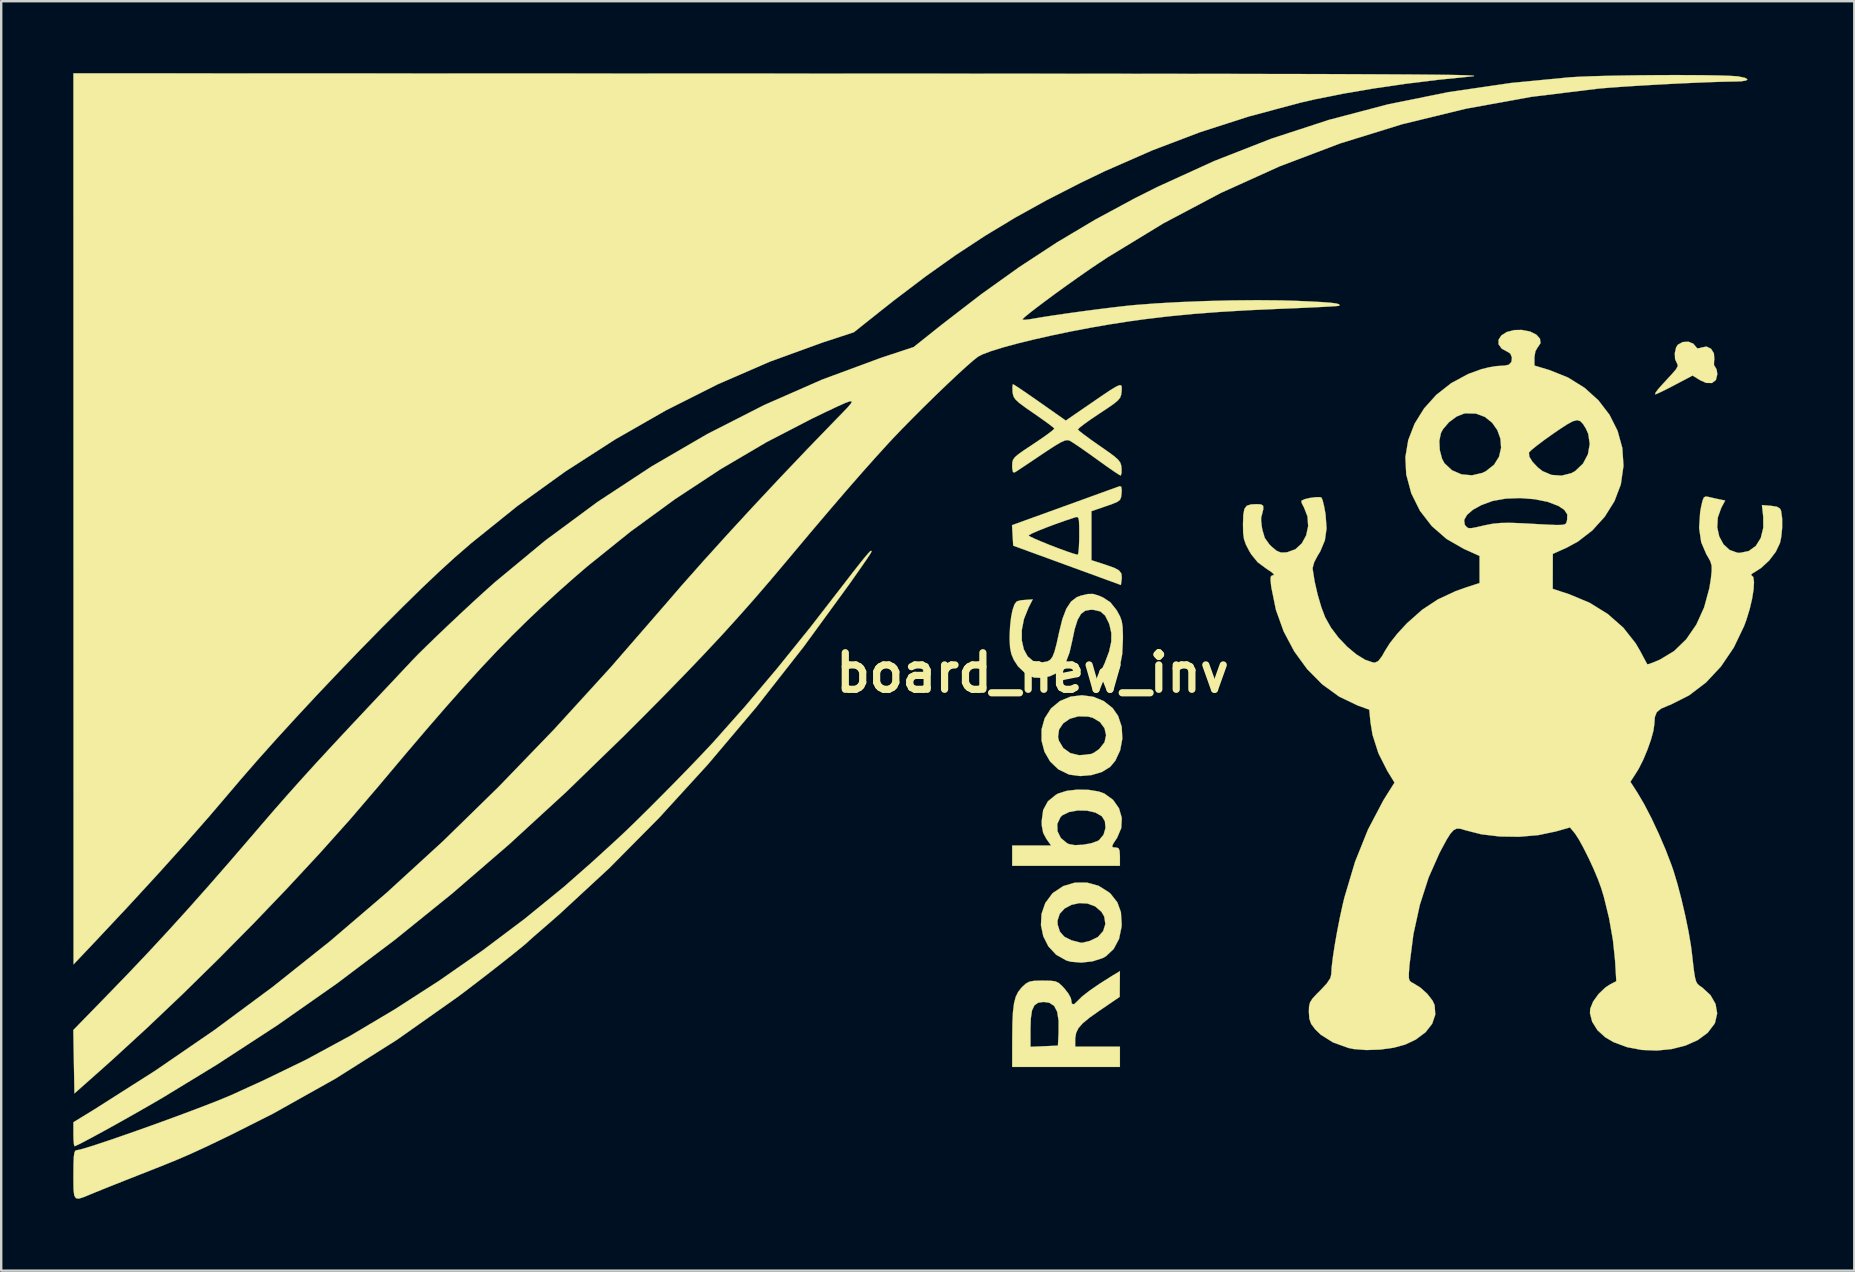
<source format=kicad_pcb>
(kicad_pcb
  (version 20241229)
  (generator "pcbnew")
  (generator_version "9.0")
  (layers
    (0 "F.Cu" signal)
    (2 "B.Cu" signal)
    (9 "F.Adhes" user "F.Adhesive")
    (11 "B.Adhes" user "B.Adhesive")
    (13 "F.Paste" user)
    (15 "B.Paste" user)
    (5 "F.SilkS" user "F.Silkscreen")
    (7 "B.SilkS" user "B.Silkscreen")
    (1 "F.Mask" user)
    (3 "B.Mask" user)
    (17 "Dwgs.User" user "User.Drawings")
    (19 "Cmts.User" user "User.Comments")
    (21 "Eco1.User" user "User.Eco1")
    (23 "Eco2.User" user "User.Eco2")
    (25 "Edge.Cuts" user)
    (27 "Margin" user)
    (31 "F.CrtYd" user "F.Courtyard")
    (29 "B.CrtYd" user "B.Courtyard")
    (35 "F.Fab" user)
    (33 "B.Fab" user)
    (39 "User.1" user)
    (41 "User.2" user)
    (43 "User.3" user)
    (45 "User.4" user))
  (footprint "board_new_inv"
    (layer "F.Cu")
    (at 39.972 24.982)
    (property "Reference" "board_new_inv" (at 0 0 0) (layer "F.SilkS") (effects (font (size 1.524 1.524) (thickness 0.3))))
    (attr through_hole)
    (fp_poly (pts (xy 27.533 -13.712) (xy 27.602 -13.63) (xy 27.703 -13.513) (xy 27.841 -13.539) (xy 27.859 -13.549) (xy 28.082 -13.592) (xy 28.271 -13.501) (xy 28.391 -13.31) (xy 28.41 -13.053) (xy 28.399 -12.999) (xy 28.394 -12.826) (xy 28.441 -12.747) (xy 28.507 -12.629) (xy 28.533 -12.439) (xy 28.473 -12.196) (xy 28.31 -12.073) (xy 28.068 -12.078) (xy 27.812 -12.193) (xy 27.503 -12.384) (xy 26.759 -11.992) (xy 26.437 -11.825) (xy 26.17 -11.694) (xy 25.994 -11.615) (xy 25.947 -11.599) (xy 25.951 -11.654) (xy 26.046 -11.79) (xy 26.082 -11.832) (xy 26.258 -12.03) (xy 26.487 -12.279) (xy 26.622 -12.424) (xy 26.812 -12.644) (xy 26.888 -12.784) (xy 26.866 -12.876) (xy 26.857 -12.886) (xy 26.773 -13.068) (xy 26.762 -13.32) (xy 26.818 -13.56) (xy 26.888 -13.668) (xy 27.092 -13.78) (xy 27.33 -13.794) (xy 27.533 -13.712)) (stroke (width 0.01) (type solid)) (fill yes) (layer "F.SilkS"))
    (fp_poly (pts (xy 2.533 1) (xy 2.97 1.18) (xy 3.339 1.472) (xy 3.567 1.799) (xy 3.717 2.253) (xy 3.742 2.748) (xy 3.651 3.234) (xy 3.45 3.665) (xy 3.232 3.924) (xy 2.894 4.133) (xy 2.46 4.263) (xy 1.991 4.304) (xy 1.544 4.245) (xy 1.506 4.234) (xy 1.072 4.022) (xy 0.733 3.697) (xy 0.498 3.29) (xy 0.377 2.833) (xy 0.377 2.672) (xy 1.064 2.672) (xy 1.098 2.828) (xy 1.282 3.137) (xy 1.576 3.347) (xy 1.935 3.435) (xy 2.159 3.42) (xy 2.349 3.393) (xy 2.428 3.388) (xy 2.551 3.336) (xy 2.735 3.21) (xy 2.788 3.167) (xy 2.999 2.899) (xy 3.065 2.602) (xy 2.999 2.31) (xy 2.812 2.057) (xy 2.516 1.879) (xy 2.319 1.826) (xy 1.91 1.816) (xy 1.555 1.917) (xy 1.278 2.108) (xy 1.106 2.366) (xy 1.064 2.672) (xy 0.377 2.672) (xy 0.377 2.358) (xy 0.507 1.897) (xy 0.77 1.486) (xy 1.144 1.176) (xy 1.585 0.994) (xy 2.06 0.937) (xy 2.533 1)) (stroke (width 0.01) (type solid)) (fill yes) (layer "F.SilkS"))
    (fp_poly (pts (xy 2.752 8.876) (xy 3.185 9.148) (xy 3.261 9.218) (xy 3.536 9.569) (xy 3.683 9.975) (xy 3.715 10.474) (xy 3.709 10.585) (xy 3.605 11.089) (xy 3.383 11.507) (xy 3.059 11.813) (xy 2.923 11.889) (xy 2.507 12.023) (xy 2.041 12.076) (xy 1.6 12.041) (xy 1.41 11.989) (xy 0.984 11.748) (xy 0.661 11.401) (xy 0.448 10.979) (xy 0.351 10.517) (xy 0.361 10.326) (xy 1.041 10.326) (xy 1.048 10.494) (xy 1.14 10.785) (xy 1.322 10.996) (xy 1.622 11.147) (xy 2.032 11.252) (xy 2.133 11.236) (xy 2.331 11.188) (xy 2.388 11.173) (xy 2.721 11.012) (xy 2.942 10.765) (xy 3.035 10.469) (xy 2.988 10.157) (xy 2.874 9.962) (xy 2.611 9.734) (xy 2.292 9.616) (xy 1.952 9.598) (xy 1.623 9.67) (xy 1.339 9.821) (xy 1.134 10.043) (xy 1.041 10.326) (xy 0.361 10.326) (xy 0.376 10.045) (xy 0.53 9.597) (xy 0.819 9.206) (xy 0.858 9.169) (xy 1.282 8.888) (xy 1.763 8.745) (xy 2.266 8.742) (xy 2.752 8.876)) (stroke (width 0.01) (type solid)) (fill yes) (layer "F.SilkS"))
    (fp_poly (pts (xy 2.334 4.878) (xy 2.756 4.947) (xy 2.99 5.03) (xy 3.356 5.294) (xy 3.603 5.646) (xy 3.72 6.05) (xy 3.697 6.472) (xy 3.526 6.874) (xy 3.514 6.892) (xy 3.368 7.113) (xy 3.316 7.229) (xy 3.354 7.274) (xy 3.471 7.281) (xy 3.577 7.306) (xy 3.627 7.41) (xy 3.641 7.635) (xy 3.641 7.662) (xy 3.641 8.043) (xy -0.847 8.043) (xy -0.847 7.197) (xy 0.774 7.197) (xy 0.577 6.921) (xy 0.444 6.672) (xy 0.387 6.373) (xy 0.385 6.298) (xy 1.032 6.298) (xy 1.041 6.603) (xy 1.179 6.885) (xy 1.435 7.099) (xy 1.524 7.141) (xy 1.767 7.182) (xy 2.094 7.167) (xy 2.43 7.108) (xy 2.703 7.013) (xy 2.776 6.969) (xy 2.959 6.747) (xy 3.041 6.466) (xy 3.015 6.185) (xy 2.885 5.975) (xy 2.618 5.824) (xy 2.267 5.745) (xy 1.886 5.738) (xy 1.53 5.801) (xy 1.251 5.933) (xy 1.167 6.013) (xy 1.032 6.298) (xy 0.385 6.298) (xy 0.381 6.181) (xy 0.444 5.718) (xy 0.64 5.357) (xy 0.977 5.082) (xy 1.078 5.028) (xy 1.428 4.919) (xy 1.869 4.869) (xy 2.334 4.878)) (stroke (width 0.01) (type solid)) (fill yes) (layer "F.SilkS"))
    (fp_poly (pts (xy 3.697 -7.753) (xy 3.717 -7.608) (xy 3.71 -7.483) (xy 3.69 -7.315) (xy 3.642 -7.203) (xy 3.529 -7.118) (xy 3.318 -7.031) (xy 3.069 -6.944) (xy 2.455 -6.733) (xy 2.455 -4.69) (xy 3.053 -4.497) (xy 3.396 -4.376) (xy 3.603 -4.265) (xy 3.701 -4.136) (xy 3.72 -3.963) (xy 3.71 -3.868) (xy 3.683 -3.657) (xy 1.439 -4.477) (xy -0.804 -5.296) (xy -0.829 -5.721) (xy -0.162 -5.721) (xy -0.093 -5.672) (xy 0.099 -5.581) (xy 0.38 -5.461) (xy 0.712 -5.326) (xy 1.062 -5.191) (xy 1.392 -5.07) (xy 1.667 -4.976) (xy 1.851 -4.923) (xy 1.884 -4.918) (xy 1.911 -4.993) (xy 1.932 -5.202) (xy 1.945 -5.507) (xy 1.947 -5.721) (xy 1.946 -6.094) (xy 1.936 -6.328) (xy 1.911 -6.45) (xy 1.864 -6.491) (xy 1.788 -6.48) (xy 1.764 -6.473) (xy 1.371 -6.342) (xy 0.964 -6.198) (xy 0.577 -6.053) (xy 0.242 -5.92) (xy -0.01 -5.81) (xy -0.147 -5.737) (xy -0.162 -5.721) (xy -0.829 -5.721) (xy -0.854 -6.15) (xy 1.33 -6.94) (xy 1.908 -7.149) (xy 2.437 -7.341) (xy 2.894 -7.507) (xy 3.259 -7.639) (xy 3.51 -7.729) (xy 3.624 -7.771) (xy 3.625 -7.771) (xy 3.697 -7.753)) (stroke (width 0.01) (type solid)) (fill yes) (layer "F.SilkS"))
    (fp_poly (pts (xy 3.637 12.968) (xy 3.633 13.504) (xy 2.786 14.081) (xy 2.377 14.37) (xy 2.094 14.603) (xy 1.914 14.806) (xy 1.817 15.007) (xy 1.78 15.231) (xy 1.778 15.33) (xy 1.778 15.579) (xy 3.641 15.579) (xy 3.641 16.425) (xy -0.847 16.425) (xy -0.845 15.219) (xy -0.84 14.839) (xy -0.085 14.839) (xy -0.085 15.586) (xy 1.058 15.536) (xy 1.085 15.028) (xy 1.087 14.505) (xy 1.028 14.127) (xy 0.9 13.879) (xy 0.696 13.748) (xy 0.464 13.716) (xy 0.235 13.748) (xy 0.077 13.86) (xy -0.022 14.074) (xy -0.072 14.412) (xy -0.085 14.839) (xy -0.84 14.839) (xy -0.838 14.606) (xy -0.815 14.135) (xy -0.771 13.778) (xy -0.702 13.509) (xy -0.601 13.3) (xy -0.463 13.125) (xy -0.428 13.088) (xy -0.275 12.95) (xy -0.13 12.871) (xy 0.064 12.836) (xy 0.361 12.827) (xy 0.431 12.827) (xy 0.748 12.832) (xy 0.952 12.858) (xy 1.097 12.928) (xy 1.24 13.059) (xy 1.319 13.143) (xy 1.488 13.357) (xy 1.592 13.546) (xy 1.609 13.616) (xy 1.64 13.793) (xy 1.731 13.813) (xy 1.878 13.674) (xy 1.882 13.669) (xy 2.068 13.486) (xy 2.381 13.243) (xy 2.795 12.957) (xy 3.286 12.647) (xy 3.323 12.624) (xy 3.641 12.432) (xy 3.637 12.968)) (stroke (width 0.01) (type solid)) (fill yes) (layer "F.SilkS"))
    (fp_poly (pts (xy -10.223 -24.967) (xy -7.531 -24.966) (xy -5.004 -24.965) (xy -2.636 -24.964) (xy -0.424 -24.962) (xy 1.637 -24.961) (xy 3.553 -24.959) (xy 5.327 -24.957) (xy 6.964 -24.955) (xy 8.469 -24.953) (xy 9.847 -24.95) (xy 11.103 -24.948) (xy 12.24 -24.945) (xy 13.264 -24.941) (xy 14.179 -24.937) (xy 14.99 -24.933) (xy 15.701 -24.929) (xy 16.318 -24.924) (xy 16.845 -24.919) (xy 17.286 -24.913) (xy 17.647 -24.907) (xy 17.931 -24.9) (xy 18.144 -24.893) (xy 18.291 -24.885) (xy 18.375 -24.877) (xy 18.402 -24.868) (xy 18.376 -24.859) (xy 18.301 -24.849) (xy 18.246 -24.844) (xy 16.878 -24.705) (xy 15.512 -24.536) (xy 14.185 -24.341) (xy 12.933 -24.127) (xy 11.791 -23.899) (xy 11.129 -23.746) (xy 9.004 -23.176) (xy 6.977 -22.523) (xy 4.995 -21.77) (xy 3.007 -20.898) (xy 1.99 -20.408) (xy 0.586 -19.69) (xy -0.723 -18.965) (xy -1.974 -18.21) (xy -3.205 -17.402) (xy -4.451 -16.518) (xy -5.75 -15.533) (xy -6.326 -15.079) (xy -7.445 -14.188) (xy -8.781 -13.75) (xy -10.937 -12.966) (xy -13.102 -12.027) (xy -15.258 -10.943) (xy -17.384 -9.727) (xy -19.462 -8.39) (xy -21.471 -6.943) (xy -23.393 -5.396) (xy -24.087 -4.794) (xy -24.724 -4.213) (xy -25.452 -3.522) (xy -26.252 -2.739) (xy -27.105 -1.886) (xy -27.993 -0.98) (xy -28.896 -0.042) (xy -29.798 0.909) (xy -30.678 1.855) (xy -31.519 2.775) (xy -32.301 3.65) (xy -33.006 4.46) (xy -33.316 4.826) (xy -34.28 5.956) (xy -35.328 7.15) (xy -36.471 8.418) (xy -37.718 9.773) (xy -39.08 11.225) (xy -39.346 11.506) (xy -39.957 12.15) (xy -39.96 -6.413) (xy -39.963 -24.977) (xy -10.223 -24.967)) (stroke (width 0.01) (type solid)) (fill yes) (layer "F.SilkS"))
    (fp_poly (pts (xy 2.749 -3.218) (xy 2.934 -3.139) (xy 3.242 -2.938) (xy 3.494 -2.622) (xy 3.527 -2.569) (xy 3.645 -2.351) (xy 3.717 -2.153) (xy 3.753 -1.921) (xy 3.766 -1.601) (xy 3.767 -1.397) (xy 3.737 -0.775) (xy 3.643 -0.287) (xy 3.612 -0.191) (xy 3.458 0.254) (xy 3.076 0.254) (xy 2.857 0.242) (xy 2.736 0.21) (xy 2.728 0.191) (xy 3.008 -0.4) (xy 3.191 -0.885) (xy 3.281 -1.294) (xy 3.284 -1.656) (xy 3.206 -2) (xy 3.179 -2.075) (xy 3.025 -2.383) (xy 2.828 -2.555) (xy 2.545 -2.621) (xy 2.417 -2.625) (xy 2.195 -2.584) (xy 2.019 -2.45) (xy 1.877 -2.202) (xy 1.757 -1.821) (xy 1.666 -1.386) (xy 1.543 -0.847) (xy 1.393 -0.448) (xy 1.201 -0.159) (xy 1.016 0.008) (xy 0.726 0.144) (xy 0.375 0.214) (xy 0.057 0.198) (xy 0.042 0.195) (xy -0.297 0.027) (xy -0.603 -0.266) (xy -0.779 -0.536) (xy -0.88 -0.774) (xy -0.935 -1.036) (xy -0.954 -1.381) (xy -0.953 -1.566) (xy -0.934 -1.95) (xy -0.891 -2.323) (xy -0.834 -2.609) (xy -0.829 -2.625) (xy -0.748 -2.857) (xy -0.657 -2.973) (xy -0.498 -3.019) (xy -0.352 -3.032) (xy 0.009 -3.058) (xy -0.167 -2.713) (xy -0.357 -2.239) (xy -0.447 -1.777) (xy -0.447 -1.35) (xy -0.363 -0.978) (xy -0.204 -0.684) (xy 0.024 -0.489) (xy 0.311 -0.415) (xy 0.63 -0.476) (xy 0.74 -0.543) (xy 0.832 -0.667) (xy 0.915 -0.877) (xy 1.002 -1.2) (xy 1.103 -1.662) (xy 1.104 -1.668) (xy 1.246 -2.244) (xy 1.409 -2.669) (xy 1.603 -2.964) (xy 1.841 -3.148) (xy 2.009 -3.212) (xy 2.3 -3.281) (xy 2.519 -3.285) (xy 2.749 -3.218)) (stroke (width 0.01) (type solid)) (fill yes) (layer "F.SilkS"))
    (fp_poly (pts (xy -0.732 -11.976) (xy -0.538 -11.849) (xy -0.255 -11.657) (xy 0.092 -11.417) (xy 0.309 -11.265) (xy 1.386 -10.508) (xy 2.433 -11.227) (xy 2.891 -11.541) (xy 3.227 -11.766) (xy 3.459 -11.909) (xy 3.606 -11.978) (xy 3.686 -11.979) (xy 3.717 -11.919) (xy 3.717 -11.805) (xy 3.71 -11.716) (xy 3.692 -11.577) (xy 3.649 -11.461) (xy 3.556 -11.347) (xy 3.391 -11.21) (xy 3.129 -11.027) (xy 2.777 -10.795) (xy 2.438 -10.567) (xy 2.16 -10.369) (xy 1.969 -10.22) (xy 1.89 -10.139) (xy 1.89 -10.135) (xy 1.963 -10.064) (xy 2.149 -9.918) (xy 2.421 -9.719) (xy 2.752 -9.486) (xy 2.795 -9.456) (xy 3.163 -9.2) (xy 3.414 -9.014) (xy 3.571 -8.873) (xy 3.657 -8.756) (xy 3.696 -8.636) (xy 3.709 -8.529) (xy 3.71 -8.328) (xy 3.679 -8.224) (xy 3.667 -8.22) (xy 3.577 -8.27) (xy 3.377 -8.402) (xy 3.096 -8.597) (xy 2.76 -8.837) (xy 2.667 -8.904) (xy 2.308 -9.162) (xy 1.984 -9.388) (xy 1.727 -9.562) (xy 1.568 -9.661) (xy 1.551 -9.67) (xy 1.46 -9.694) (xy 1.345 -9.676) (xy 1.18 -9.603) (xy 0.941 -9.463) (xy 0.602 -9.243) (xy 0.365 -9.085) (xy -0.002 -8.838) (xy -0.325 -8.622) (xy -0.573 -8.457) (xy -0.72 -8.362) (xy -0.741 -8.349) (xy -0.812 -8.356) (xy -0.843 -8.5) (xy -0.847 -8.62) (xy -0.842 -8.76) (xy -0.812 -8.873) (xy -0.735 -8.981) (xy -0.586 -9.109) (xy -0.343 -9.281) (xy 0.017 -9.519) (xy 0.041 -9.535) (xy 0.375 -9.76) (xy 0.649 -9.955) (xy 0.836 -10.099) (xy 0.909 -10.174) (xy 0.909 -10.177) (xy 0.835 -10.245) (xy 0.649 -10.387) (xy 0.378 -10.582) (xy 0.051 -10.811) (xy 0.042 -10.816) (xy -0.316 -11.065) (xy -0.558 -11.246) (xy -0.706 -11.383) (xy -0.786 -11.501) (xy -0.821 -11.625) (xy -0.831 -11.71) (xy -0.837 -11.912) (xy -0.82 -12.018) (xy -0.813 -12.023) (xy -0.732 -11.976)) (stroke (width 0.01) (type solid)) (fill yes) (layer "F.SilkS"))
    (fp_poly (pts (xy -6.705 -5.065) (xy -6.73 -5.007) (xy -6.802 -4.89) (xy -6.932 -4.696) (xy -7.132 -4.408) (xy -7.412 -4.008) (xy -7.61 -3.725) (xy -9.533 -1.088) (xy -11.504 1.426) (xy -13.516 3.807) (xy -15.561 6.046) (xy -17.632 8.136) (xy -19.722 10.068) (xy -20.362 10.626) (xy -20.627 10.854) (xy -20.841 11.041) (xy -20.972 11.159) (xy -20.997 11.183) (xy -21.1 11.277) (xy -21.314 11.455) (xy -21.618 11.701) (xy -21.988 11.995) (xy -22.402 12.32) (xy -22.838 12.659) (xy -23.272 12.992) (xy -23.681 13.304) (xy -23.961 13.513) (xy -26.482 15.292) (xy -29.045 16.911) (xy -31.659 18.376) (xy -33.401 19.253) (xy -33.988 19.536) (xy -34.469 19.765) (xy -34.88 19.955) (xy -35.258 20.124) (xy -35.641 20.288) (xy -36.064 20.461) (xy -36.565 20.661) (xy -37.182 20.904) (xy -37.296 20.949) (xy -37.797 21.146) (xy -38.282 21.339) (xy -38.713 21.511) (xy -39.052 21.649) (xy -39.227 21.721) (xy -39.527 21.846) (xy -39.731 21.91) (xy -39.859 21.893) (xy -39.929 21.776) (xy -39.957 21.539) (xy -39.963 21.163) (xy -39.963 20.913) (xy -39.959 20.471) (xy -39.947 20.174) (xy -39.922 19.996) (xy -39.882 19.913) (xy -39.841 19.897) (xy -39.692 19.868) (xy -39.406 19.786) (xy -39.004 19.659) (xy -38.509 19.494) (xy -37.942 19.299) (xy -37.324 19.083) (xy -36.676 18.852) (xy -36.021 18.614) (xy -35.379 18.377) (xy -34.772 18.149) (xy -34.222 17.937) (xy -33.75 17.749) (xy -33.377 17.593) (xy -33.232 17.528) (xy -33.011 17.426) (xy -32.686 17.277) (xy -32.307 17.105) (xy -32.046 16.986) (xy -30.26 16.119) (xy -28.423 15.124) (xy -26.565 14.019) (xy -24.714 12.826) (xy -22.902 11.563) (xy -21.158 10.251) (xy -19.512 8.909) (xy -18.337 7.874) (xy -18.076 7.636) (xy -17.749 7.337) (xy -17.415 7.032) (xy -17.321 6.946) (xy -16.965 6.612) (xy -16.52 6.182) (xy -16.012 5.681) (xy -15.468 5.136) (xy -14.913 4.575) (xy -14.374 4.022) (xy -13.878 3.506) (xy -13.45 3.052) (xy -13.287 2.876) (xy -11.975 1.4) (xy -10.631 -0.192) (xy -9.242 -1.914) (xy -7.839 -3.725) (xy -7.526 -4.133) (xy -7.244 -4.492) (xy -7.011 -4.782) (xy -6.842 -4.981) (xy -6.757 -5.068) (xy -6.753 -5.07) (xy -6.717 -5.08) (xy -6.705 -5.065)) (stroke (width 0.01) (type solid)) (fill yes) (layer "F.SilkS"))
    (fp_poly (pts (xy 27.418 -24.902) (xy 28.044 -24.897) (xy 28.587 -24.888) (xy 29.023 -24.874) (xy 29.326 -24.856) (xy 29.418 -24.846) (xy 29.685 -24.789) (xy 29.788 -24.729) (xy 29.733 -24.677) (xy 29.523 -24.644) (xy 29.316 -24.637) (xy 28.864 -24.629) (xy 28.28 -24.611) (xy 27.6 -24.584) (xy 26.861 -24.55) (xy 26.099 -24.51) (xy 25.351 -24.467) (xy 24.653 -24.423) (xy 24.043 -24.379) (xy 23.58 -24.34) (xy 20.777 -23.996) (xy 18.051 -23.501) (xy 15.398 -22.855) (xy 12.816 -22.056) (xy 10.301 -21.103) (xy 7.85 -19.995) (xy 5.461 -18.731) (xy 3.129 -17.311) (xy 2.709 -17.034) (xy 2.31 -16.763) (xy 1.874 -16.459) (xy 1.422 -16.138) (xy 0.976 -15.816) (xy 0.558 -15.507) (xy 0.188 -15.229) (xy -0.113 -14.996) (xy -0.322 -14.825) (xy -0.418 -14.731) (xy -0.422 -14.722) (xy -0.348 -14.705) (xy -0.159 -14.722) (xy -0.021 -14.745) (xy 0.373 -14.812) (xy 0.894 -14.893) (xy 1.5 -14.981) (xy 2.149 -15.07) (xy 2.799 -15.155) (xy 3.408 -15.23) (xy 3.935 -15.29) (xy 4.244 -15.321) (xy 5.146 -15.39) (xy 6.157 -15.446) (xy 7.228 -15.488) (xy 8.311 -15.515) (xy 9.358 -15.524) (xy 10.321 -15.516) (xy 10.948 -15.498) (xy 11.587 -15.47) (xy 12.072 -15.444) (xy 12.419 -15.418) (xy 12.645 -15.389) (xy 12.766 -15.357) (xy 12.796 -15.319) (xy 12.778 -15.293) (xy 12.687 -15.281) (xy 12.449 -15.265) (xy 12.085 -15.244) (xy 11.615 -15.221) (xy 11.062 -15.196) (xy 10.447 -15.17) (xy 10.287 -15.164) (xy 8.96 -15.104) (xy 7.768 -15.033) (xy 6.675 -14.949) (xy 5.646 -14.849) (xy 4.647 -14.729) (xy 4.022 -14.642) (xy 3.216 -14.517) (xy 2.393 -14.374) (xy 1.574 -14.217) (xy 0.78 -14.051) (xy 0.031 -13.882) (xy -0.651 -13.714) (xy -1.246 -13.552) (xy -1.733 -13.4) (xy -2.09 -13.265) (xy -2.274 -13.168) (xy -2.478 -13.007) (xy -2.778 -12.744) (xy -3.154 -12.399) (xy -3.585 -11.993) (xy -4.051 -11.545) (xy -4.53 -11.075) (xy -5.002 -10.604) (xy -5.446 -10.152) (xy -5.841 -9.738) (xy -5.985 -9.584) (xy -6.522 -8.994) (xy -7.093 -8.353) (xy -7.712 -7.645) (xy -8.391 -6.855) (xy -9.145 -5.969) (xy -9.985 -4.969) (xy -10.279 -4.618) (xy -10.954 -3.818) (xy -11.611 -3.056) (xy -12.27 -2.312) (xy -12.947 -1.566) (xy -13.663 -0.8) (xy -14.433 0.007) (xy -15.278 0.875) (xy -16.215 1.822) (xy -17.018 2.625) (xy -19.423 4.96) (xy -21.805 7.146) (xy -24.181 9.197) (xy -26.569 11.126) (xy -28.988 12.949) (xy -31.456 14.679) (xy -33.991 16.331) (xy -36.153 17.649) (xy -36.612 17.918) (xy -37.111 18.205) (xy -37.629 18.499) (xy -38.142 18.788) (xy -38.63 19.058) (xy -39.071 19.298) (xy -39.441 19.496) (xy -39.719 19.64) (xy -39.884 19.717) (xy -39.916 19.727) (xy -39.941 19.65) (xy -39.958 19.451) (xy -39.963 19.228) (xy -39.963 18.728) (xy -39.095 18.197) (xy -36.557 16.582) (xy -34.079 14.881) (xy -31.652 13.083) (xy -29.265 11.181) (xy -26.908 9.164) (xy -24.571 7.025) (xy -22.245 4.753) (xy -19.918 2.341) (xy -17.581 -0.221) (xy -15.455 -2.667) (xy -14.635 -3.617) (xy -13.711 -4.659) (xy -12.703 -5.773) (xy -11.631 -6.937) (xy -10.516 -8.128) (xy -9.377 -9.325) (xy -8.235 -10.506) (xy -8.217 -10.524) (xy -7.914 -10.835) (xy -7.692 -11.068) (xy -7.56 -11.225) (xy -7.527 -11.307) (xy -7.603 -11.314) (xy -7.795 -11.246) (xy -8.113 -11.104) (xy -8.567 -10.89) (xy -9.164 -10.602) (xy -9.186 -10.592) (xy -11.081 -9.611) (xy -12.994 -8.486) (xy -14.896 -7.235) (xy -16.759 -5.876) (xy -18.557 -4.429) (xy -19.093 -3.968) (xy -19.774 -3.365) (xy -20.425 -2.77) (xy -21.059 -2.168) (xy -21.69 -1.546) (xy -22.33 -0.891) (xy -22.992 -0.187) (xy -23.69 0.579) (xy -24.436 1.42) (xy -25.243 2.351) (xy -26.125 3.386) (xy -27.095 4.538) (xy -27.298 4.78) (xy -28.444 6.118) (xy -29.706 7.527) (xy -31.058 8.984) (xy -32.477 10.465) (xy -33.94 11.944) (xy -35.421 13.397) (xy -36.898 14.8) (xy -38.345 16.128) (xy -38.904 16.627) (xy -39.92 17.527) (xy -39.944 16.207) (xy -39.967 14.887) (xy -38.469 13.349) (xy -37.628 12.478) (xy -36.818 11.623) (xy -36.017 10.758) (xy -35.203 9.861) (xy -34.355 8.907) (xy -33.451 7.872) (xy -32.47 6.733) (xy -32.238 6.462) (xy -31.666 5.798) (xy -31.091 5.142) (xy -30.493 4.472) (xy -29.852 3.766) (xy -29.147 3.003) (xy -28.36 2.159) (xy -27.644 1.397) (xy -27.233 0.96) (xy -26.825 0.528) (xy -26.449 0.128) (xy -26.131 -0.211) (xy -25.897 -0.46) (xy -25.862 -0.498) (xy -25.607 -0.761) (xy -25.251 -1.112) (xy -24.822 -1.528) (xy -24.344 -1.983) (xy -23.844 -2.454) (xy -23.348 -2.915) (xy -22.881 -3.342) (xy -22.47 -3.71) (xy -22.393 -3.778) (xy -20.309 -5.504) (xy -18.13 -7.114) (xy -15.871 -8.598) (xy -13.548 -9.949) (xy -11.175 -11.158) (xy -8.767 -12.215) (xy -6.341 -13.112) (xy -6.181 -13.166) (xy -4.953 -13.571) (xy -3.768 -14.515) (xy -2.14 -15.769) (xy -0.56 -16.898) (xy 1.009 -17.926) (xy 2.603 -18.875) (xy 4.256 -19.767) (xy 5.207 -20.244) (xy 7.572 -21.323) (xy 9.949 -22.253) (xy 12.357 -23.039) (xy 14.814 -23.685) (xy 17.337 -24.195) (xy 19.944 -24.576) (xy 22.394 -24.812) (xy 22.793 -24.835) (xy 23.306 -24.855) (xy 23.91 -24.872) (xy 24.579 -24.885) (xy 25.289 -24.895) (xy 26.016 -24.901) (xy 26.733 -24.904) (xy 27.418 -24.902)) (stroke (width 0.01) (type solid)) (fill yes) (layer "F.SilkS"))
    (fp_poly (pts (xy 20.731 -14.219) (xy 20.991 -14.09) (xy 21.143 -13.921) (xy 21.168 -13.735) (xy 21.046 -13.552) (xy 21.04 -13.547) (xy 20.953 -13.392) (xy 20.913 -13.15) (xy 20.913 -13.121) (xy 20.913 -12.801) (xy 21.526 -12.616) (xy 22.31 -12.303) (xy 22.997 -11.877) (xy 23.578 -11.353) (xy 24.041 -10.75) (xy 24.377 -10.082) (xy 24.575 -9.367) (xy 24.624 -8.622) (xy 24.515 -7.862) (xy 24.508 -7.833) (xy 24.247 -7.148) (xy 23.844 -6.504) (xy 23.326 -5.931) (xy 22.719 -5.462) (xy 22.246 -5.207) (xy 21.679 -4.953) (xy 21.677 -4.226) (xy 21.675 -3.498) (xy 22.367 -3.27) (xy 23.214 -2.916) (xy 23.97 -2.447) (xy 24.616 -1.879) (xy 25.131 -1.227) (xy 25.311 -0.92) (xy 25.453 -0.652) (xy 25.562 -0.45) (xy 25.616 -0.354) (xy 25.618 -0.352) (xy 25.7 -0.369) (xy 25.894 -0.442) (xy 26.153 -0.553) (xy 26.732 -0.904) (xy 27.238 -1.394) (xy 27.659 -2.007) (xy 27.984 -2.724) (xy 28.203 -3.529) (xy 28.267 -3.936) (xy 28.299 -4.252) (xy 28.296 -4.466) (xy 28.243 -4.645) (xy 28.129 -4.852) (xy 28.078 -4.934) (xy 27.863 -5.436) (xy 27.775 -6.03) (xy 27.818 -6.694) (xy 27.854 -6.893) (xy 27.915 -7.164) (xy 27.972 -7.303) (xy 28.049 -7.346) (xy 28.169 -7.327) (xy 28.424 -7.267) (xy 28.622 -7.225) (xy 28.861 -7.177) (xy 28.697 -6.871) (xy 28.554 -6.47) (xy 28.53 -6.063) (xy 28.613 -5.68) (xy 28.789 -5.354) (xy 29.045 -5.118) (xy 29.367 -5.002) (xy 29.47 -4.995) (xy 29.841 -5.071) (xy 30.136 -5.283) (xy 30.343 -5.614) (xy 30.449 -6.042) (xy 30.446 -6.509) (xy 30.392 -6.987) (xy 30.767 -6.957) (xy 31.016 -6.919) (xy 31.145 -6.842) (xy 31.191 -6.744) (xy 31.234 -6.433) (xy 31.235 -6.041) (xy 31.196 -5.65) (xy 31.144 -5.407) (xy 30.971 -5.042) (xy 30.692 -4.676) (xy 30.358 -4.367) (xy 30.154 -4.235) (xy 29.989 -4.135) (xy 29.934 -4.075) (xy 29.951 -4.068) (xy 30.033 -3.989) (xy 30.062 -3.779) (xy 30.044 -3.467) (xy 29.982 -3.081) (xy 29.881 -2.65) (xy 29.744 -2.204) (xy 29.649 -1.947) (xy 29.219 -1.05) (xy 28.685 -0.261) (xy 28.06 0.407) (xy 27.356 0.942) (xy 26.586 1.33) (xy 26.502 1.361) (xy 26.191 1.494) (xy 26.012 1.64) (xy 25.93 1.845) (xy 25.909 2.144) (xy 25.87 2.419) (xy 25.768 2.791) (xy 25.62 3.21) (xy 25.446 3.626) (xy 25.264 3.987) (xy 25.197 4.099) (xy 24.912 4.544) (xy 25.208 5.003) (xy 25.486 5.475) (xy 25.789 6.06) (xy 26.094 6.711) (xy 26.381 7.378) (xy 26.624 8.013) (xy 26.708 8.255) (xy 26.873 8.804) (xy 27.041 9.446) (xy 27.199 10.125) (xy 27.334 10.784) (xy 27.433 11.366) (xy 27.464 11.599) (xy 27.521 12.095) (xy 27.564 12.45) (xy 27.604 12.693) (xy 27.646 12.851) (xy 27.699 12.952) (xy 27.772 13.024) (xy 27.873 13.094) (xy 27.905 13.116) (xy 28.249 13.432) (xy 28.46 13.8) (xy 28.527 14.191) (xy 28.44 14.576) (xy 28.414 14.63) (xy 28.128 15.005) (xy 27.716 15.307) (xy 27.208 15.533) (xy 26.631 15.679) (xy 26.014 15.741) (xy 25.386 15.716) (xy 24.777 15.601) (xy 24.213 15.392) (xy 23.863 15.188) (xy 23.538 14.892) (xy 23.319 14.542) (xy 23.227 14.182) (xy 23.238 13.999) (xy 23.358 13.7) (xy 23.585 13.385) (xy 23.871 13.112) (xy 24.07 12.983) (xy 24.324 12.852) (xy 24.273 11.993) (xy 24.184 11.141) (xy 24.024 10.23) (xy 23.808 9.344) (xy 23.696 8.975) (xy 23.561 8.605) (xy 23.38 8.175) (xy 23.174 7.728) (xy 22.962 7.306) (xy 22.767 6.95) (xy 22.607 6.702) (xy 22.583 6.673) (xy 22.394 6.445) (xy 21.802 6.613) (xy 21.073 6.765) (xy 20.278 6.834) (xy 19.469 6.822) (xy 18.7 6.73) (xy 18.026 6.559) (xy 18.008 6.553) (xy 17.824 6.497) (xy 17.676 6.493) (xy 17.545 6.558) (xy 17.408 6.711) (xy 17.245 6.972) (xy 17.036 7.36) (xy 16.955 7.515) (xy 16.503 8.534) (xy 16.138 9.671) (xy 15.87 10.897) (xy 15.706 12.181) (xy 15.705 12.197) (xy 15.681 12.523) (xy 15.681 12.721) (xy 15.715 12.832) (xy 15.789 12.897) (xy 15.859 12.931) (xy 16.163 13.119) (xy 16.449 13.378) (xy 16.666 13.657) (xy 16.755 13.848) (xy 16.782 14.244) (xy 16.652 14.626) (xy 16.377 14.978) (xy 15.97 15.283) (xy 15.526 15.493) (xy 15.051 15.623) (xy 14.49 15.7) (xy 13.911 15.72) (xy 13.385 15.679) (xy 13.166 15.634) (xy 12.523 15.403) (xy 12.011 15.082) (xy 11.782 14.861) (xy 11.611 14.634) (xy 11.533 14.414) (xy 11.515 14.129) (xy 11.522 13.904) (xy 11.563 13.736) (xy 11.662 13.578) (xy 11.846 13.379) (xy 11.98 13.247) (xy 12.258 12.951) (xy 12.408 12.725) (xy 12.446 12.571) (xy 12.465 12.268) (xy 12.517 11.84) (xy 12.596 11.325) (xy 12.696 10.76) (xy 12.809 10.186) (xy 12.928 9.641) (xy 12.999 9.351) (xy 13.439 7.877) (xy 13.978 6.534) (xy 14.613 5.326) (xy 14.75 5.104) (xy 15.083 4.576) (xy 14.783 4.087) (xy 14.414 3.358) (xy 14.168 2.589) (xy 14.081 2.06) (xy 14.032 1.538) (xy 13.541 1.36) (xy 12.776 0.993) (xy 12.072 0.483) (xy 11.443 -0.153) (xy 10.903 -0.894) (xy 10.464 -1.723) (xy 10.142 -2.62) (xy 9.949 -3.567) (xy 9.946 -3.588) (xy 9.918 -3.859) (xy 9.926 -4.002) (xy 9.977 -4.057) (xy 10.041 -4.064) (xy 10.059 -4.102) (xy 9.948 -4.202) (xy 9.741 -4.339) (xy 9.383 -4.604) (xy 9.116 -4.93) (xy 9.026 -5.08) (xy 8.889 -5.345) (xy 8.811 -5.572) (xy 8.776 -5.83) (xy 8.77 -6.185) (xy 8.77 -6.209) (xy 8.783 -6.586) (xy 8.828 -6.825) (xy 8.926 -6.958) (xy 9.1 -7.014) (xy 9.336 -7.026) (xy 9.519 -7.016) (xy 9.609 -6.959) (xy 9.617 -6.822) (xy 9.555 -6.57) (xy 9.526 -6.47) (xy 9.525 -6.339) (xy 9.551 -6.107) (xy 9.575 -5.962) (xy 9.678 -5.617) (xy 9.874 -5.343) (xy 9.957 -5.261) (xy 10.163 -5.088) (xy 10.332 -5.014) (xy 10.538 -5.013) (xy 10.614 -5.023) (xy 10.954 -5.146) (xy 11.221 -5.392) (xy 11.402 -5.725) (xy 11.485 -6.111) (xy 11.457 -6.514) (xy 11.307 -6.898) (xy 11.288 -6.929) (xy 11.21 -7.086) (xy 11.205 -7.169) (xy 11.334 -7.231) (xy 11.551 -7.283) (xy 11.787 -7.315) (xy 11.975 -7.318) (xy 12.041 -7.297) (xy 12.09 -7.18) (xy 12.148 -6.944) (xy 12.204 -6.637) (xy 12.21 -6.598) (xy 12.252 -6.015) (xy 12.182 -5.518) (xy 11.989 -5.056) (xy 11.874 -4.868) (xy 11.737 -4.608) (xy 11.673 -4.375) (xy 11.673 -4.318) (xy 11.754 -3.807) (xy 11.881 -3.253) (xy 12.035 -2.728) (xy 12.194 -2.31) (xy 12.434 -1.882) (xy 12.749 -1.465) (xy 13.111 -1.085) (xy 13.489 -0.769) (xy 13.857 -0.542) (xy 14.184 -0.43) (xy 14.272 -0.424) (xy 14.409 -0.49) (xy 14.567 -0.698) (xy 14.685 -0.91) (xy 14.894 -1.241) (xy 15.203 -1.632) (xy 15.581 -2.04) (xy 15.616 -2.076) (xy 16.237 -2.626) (xy 16.887 -3.055) (xy 17.62 -3.397) (xy 18.055 -3.552) (xy 18.627 -3.739) (xy 18.627 -4.304) (xy 18.626 -4.868) (xy 17.971 -5.163) (xy 17.251 -5.576) (xy 16.637 -6.111) (xy 16.438 -6.368) (xy 17.985 -6.368) (xy 18.008 -6.176) (xy 18.037 -6.134) (xy 18.102 -6.062) (xy 18.174 -6.026) (xy 18.292 -6.026) (xy 18.493 -6.064) (xy 18.818 -6.139) (xy 18.854 -6.147) (xy 19.185 -6.211) (xy 19.531 -6.243) (xy 19.944 -6.247) (xy 20.447 -6.227) (xy 21.036 -6.194) (xy 21.478 -6.171) (xy 21.794 -6.158) (xy 22.007 -6.159) (xy 22.139 -6.173) (xy 22.21 -6.204) (xy 22.244 -6.253) (xy 22.263 -6.322) (xy 22.275 -6.372) (xy 22.282 -6.601) (xy 22.153 -6.792) (xy 21.917 -6.949) (xy 21.47 -7.121) (xy 20.919 -7.232) (xy 20.318 -7.279) (xy 19.723 -7.257) (xy 19.188 -7.162) (xy 19.138 -7.147) (xy 18.698 -6.984) (xy 18.347 -6.789) (xy 18.104 -6.578) (xy 17.985 -6.368) (xy 16.438 -6.368) (xy 16.143 -6.75) (xy 15.783 -7.475) (xy 15.571 -8.266) (xy 15.536 -8.988) (xy 15.65 -9.662) (xy 16.95 -9.662) (xy 16.969 -9.278) (xy 17.063 -8.918) (xy 17.163 -8.732) (xy 17.477 -8.438) (xy 17.873 -8.267) (xy 18.309 -8.227) (xy 18.743 -8.327) (xy 18.89 -8.398) (xy 19.231 -8.669) (xy 19.439 -9.003) (xy 19.477 -9.17) (xy 20.683 -9.17) (xy 20.701 -9.003) (xy 20.835 -8.786) (xy 21.056 -8.554) (xy 21.25 -8.403) (xy 21.624 -8.244) (xy 22.044 -8.214) (xy 22.449 -8.315) (xy 22.61 -8.403) (xy 22.936 -8.714) (xy 23.142 -9.104) (xy 23.218 -9.533) (xy 23.154 -9.959) (xy 23.053 -10.181) (xy 22.933 -10.372) (xy 22.82 -10.488) (xy 22.688 -10.525) (xy 22.511 -10.478) (xy 22.263 -10.343) (xy 21.918 -10.116) (xy 21.68 -9.952) (xy 21.328 -9.702) (xy 21.028 -9.476) (xy 20.806 -9.297) (xy 20.692 -9.185) (xy 20.683 -9.17) (xy 19.477 -9.17) (xy 19.524 -9.373) (xy 19.497 -9.751) (xy 19.368 -10.11) (xy 19.148 -10.422) (xy 18.848 -10.661) (xy 18.477 -10.799) (xy 18.045 -10.809) (xy 17.976 -10.798) (xy 17.663 -10.672) (xy 17.352 -10.439) (xy 17.104 -10.149) (xy 17.018 -9.99) (xy 16.95 -9.662) (xy 15.65 -9.662) (xy 15.657 -9.699) (xy 15.921 -10.38) (xy 16.315 -11.014) (xy 16.827 -11.582) (xy 17.444 -12.066) (xy 18.152 -12.449) (xy 18.706 -12.65) (xy 19.018 -12.727) (xy 19.311 -12.776) (xy 19.439 -12.785) (xy 19.675 -12.8) (xy 19.847 -12.836) (xy 19.955 -12.953) (xy 19.976 -13.133) (xy 19.911 -13.295) (xy 19.833 -13.351) (xy 19.553 -13.501) (xy 19.419 -13.685) (xy 19.418 -13.877) (xy 19.536 -14.056) (xy 19.759 -14.198) (xy 20.074 -14.279) (xy 20.382 -14.285) (xy 20.731 -14.219)) (stroke (width 0.01) (type solid)) (fill yes) (layer "F.SilkS")))
  (gr_rect
    (start -3 -3)
    (end 74.212 49.896)
    (stroke (width 0.1) (type default))
    (fill no)
    (layer "Edge.Cuts")))
</source>
